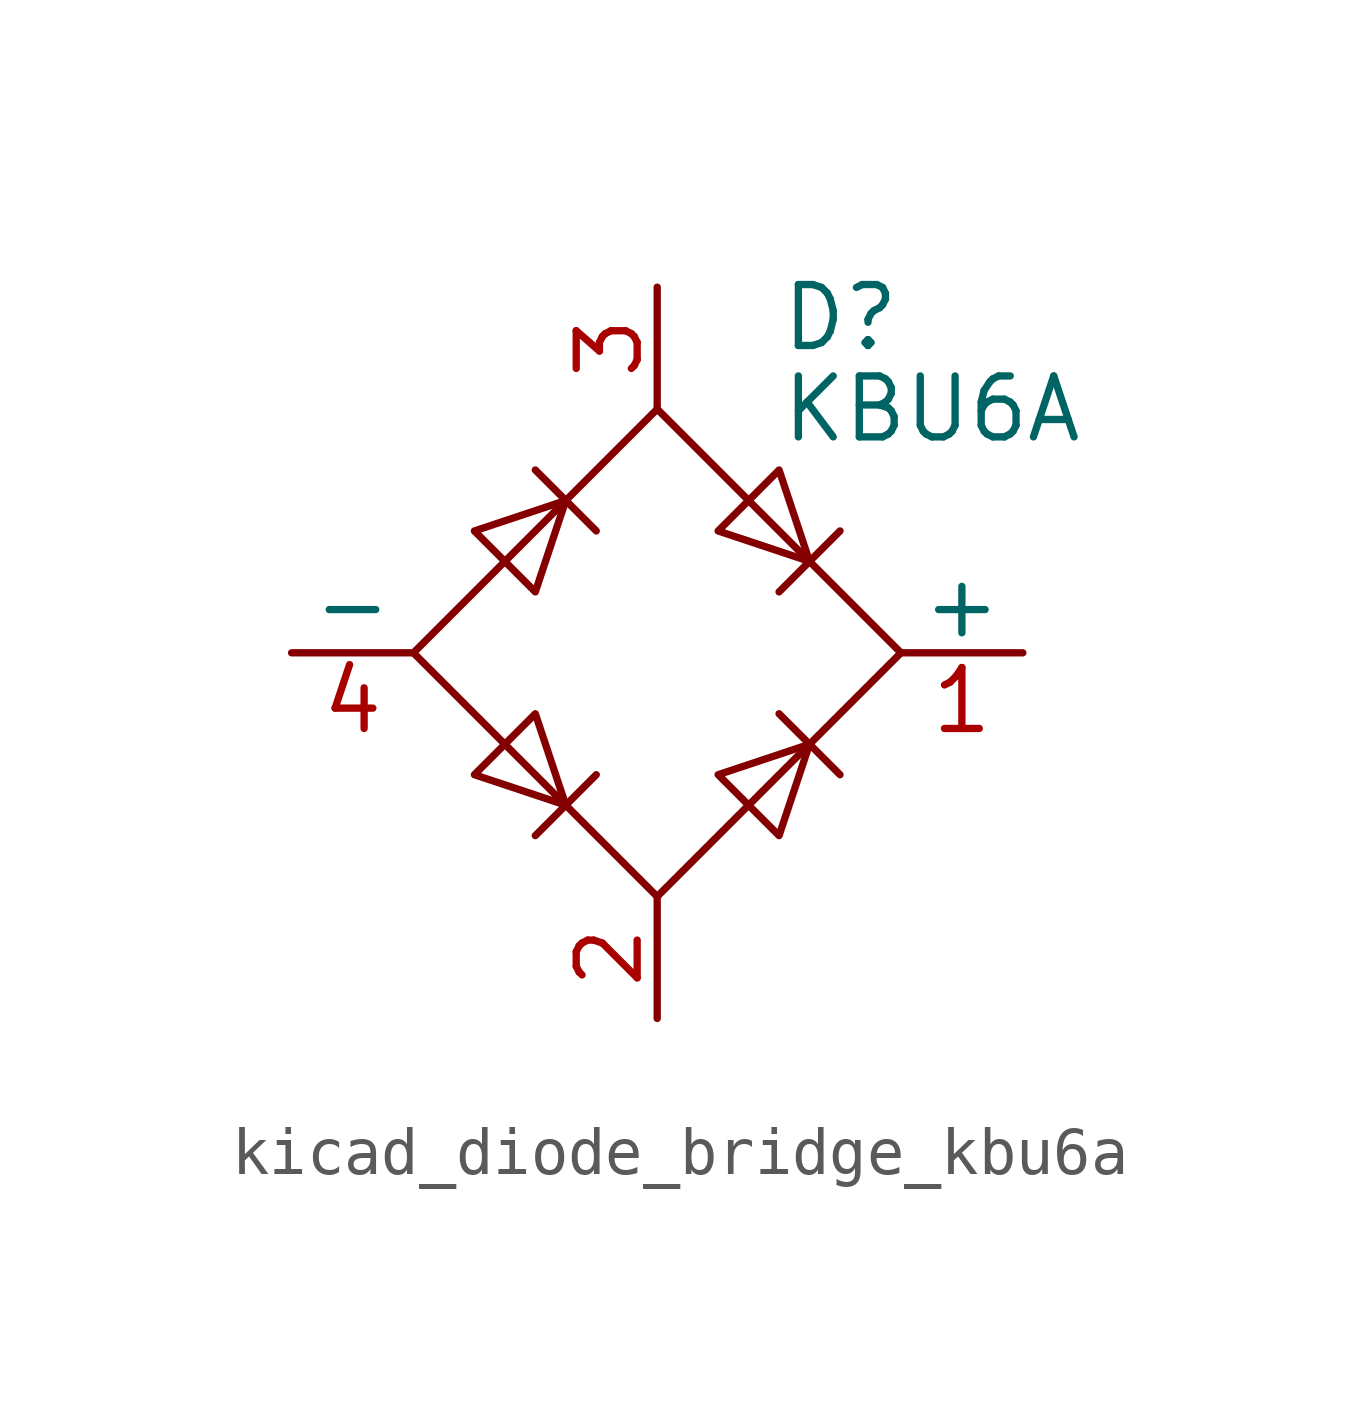
<source format=kicad_sym>
(kicad_symbol_lib
  (version 20220914)
  (generator kicad_symbol_editor)
  (symbol "kicad_diode_bridge_kbu6a"
    (pin_names
      (offset 0))
    (property "Reference" "D"
      (at 2.54 6.985 0)
      (effects (font (size 1.27 1.27)) (justify left)))
    (property "Value" "KBU6A"
      (at 2.54 5.08 0)
      (effects (font (size 1.27 1.27)) (justify left)))
    (symbol "kicad_diode_bridge_kbu6a_0_1"
      (polyline (pts (xy -2.54 3.81) (xy -1.27 2.54)) (stroke (width 0) (type default)) (fill (type none)))
      (polyline (pts (xy -1.27 -2.54) (xy -2.54 -3.81)) (stroke (width 0) (type default)) (fill (type none)))
      (polyline (pts (xy 2.54 -1.27) (xy 3.81 -2.54)) (stroke (width 0) (type default)) (fill (type none)))
      (polyline (pts (xy 2.54 1.27) (xy 3.81 2.54)) (stroke (width 0) (type default)) (fill (type none)))
      (polyline (pts (xy -3.81 2.54) (xy -2.54 1.27) (xy -1.905 3.175) (xy -3.81 2.54)) (stroke (width 0) (type default)) (fill (type none)))
      (polyline (pts (xy -2.54 -1.27) (xy -3.81 -2.54) (xy -1.905 -3.175) (xy -2.54 -1.27)) (stroke (width 0) (type default)) (fill (type none)))
      (polyline (pts (xy 1.27 2.54) (xy 2.54 3.81) (xy 3.175 1.905) (xy 1.27 2.54)) (stroke (width 0) (type default)) (fill (type none)))
      (polyline (pts (xy 3.175 -1.905) (xy 1.27 -2.54) (xy 2.54 -3.81) (xy 3.175 -1.905)) (stroke (width 0) (type default)) (fill (type none)))
      (polyline (pts (xy -5.08 0) (xy 0 -5.08) (xy 5.08 0) (xy 0 5.08) (xy -5.08 0)) (stroke (width 0) (type default)) (fill (type none))))
    (symbol "kicad_diode_bridge_kbu6a_1_1"
      (pin passive line (at 7.62 0 180) (length 2.54) (name "+" (effects (font (size 1.27 1.27)))) (number "1" (effects (font (size 1.27 1.27)))))
      (pin passive line (at 0 -7.62 90) (length 2.54) (name "~" (effects (font (size 1.27 1.27)))) (number "2" (effects (font (size 1.27 1.27)))))
      (pin passive line (at 0 7.62 270) (length 2.54) (name "~" (effects (font (size 1.27 1.27)))) (number "3" (effects (font (size 1.27 1.27)))))
      (pin passive line (at -7.62 0 0) (length 2.54) (name "-" (effects (font (size 1.27 1.27)))) (number "4" (effects (font (size 1.27 1.27))))))))
</source>
